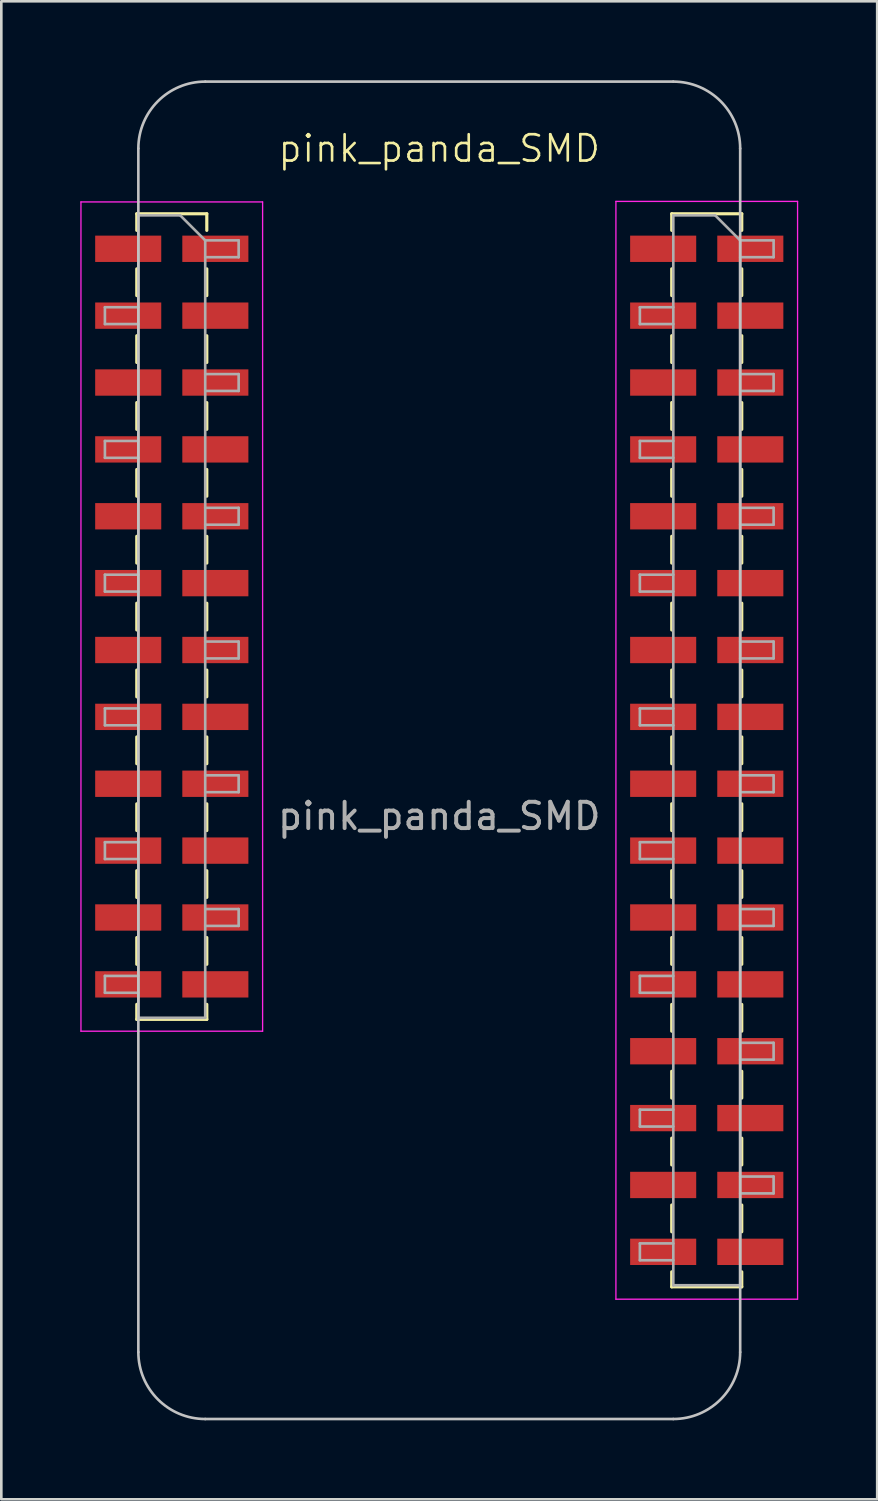
<source format=kicad_pcb>
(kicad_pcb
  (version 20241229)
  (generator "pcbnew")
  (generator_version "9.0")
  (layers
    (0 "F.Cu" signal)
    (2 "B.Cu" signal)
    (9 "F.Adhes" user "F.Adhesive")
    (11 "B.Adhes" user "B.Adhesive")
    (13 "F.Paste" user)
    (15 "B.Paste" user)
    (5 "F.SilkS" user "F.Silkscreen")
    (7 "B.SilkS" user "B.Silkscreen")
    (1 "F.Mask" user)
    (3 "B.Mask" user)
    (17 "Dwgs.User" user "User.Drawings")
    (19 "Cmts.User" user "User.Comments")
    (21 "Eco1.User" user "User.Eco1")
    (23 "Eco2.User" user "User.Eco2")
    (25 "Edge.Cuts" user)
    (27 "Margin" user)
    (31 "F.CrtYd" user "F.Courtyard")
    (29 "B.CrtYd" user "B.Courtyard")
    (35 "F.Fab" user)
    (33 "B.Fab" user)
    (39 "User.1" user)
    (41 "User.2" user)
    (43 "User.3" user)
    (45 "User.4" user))
  (footprint "pink_panda_SMD"
    (layer "F.Cu")
    (at 13.635 25.45)
    (property "Reference" "pink_panda_SMD" (at 0 -22.86 0) (unlocked yes) (layer "F.SilkS") (effects (font (size 1 1) (thickness 0.1))))
    (attr smd)
    (fp_line (start -11.49 -20.38) (end -11.49 -19.75) (stroke (width 0.12) (type solid)) (layer "F.SilkS"))
    (fp_line (start -11.49 -20.38) (end -8.83 -20.38) (stroke (width 0.12) (type solid)) (layer "F.SilkS"))
    (fp_line (start -11.49 -18.288) (end -11.49 -17.272) (stroke (width 0.12) (type solid)) (layer "F.SilkS"))
    (fp_line (start -11.49 -15.748) (end -11.49 -14.732) (stroke (width 0.12) (type solid)) (layer "F.SilkS"))
    (fp_line (start -11.49 -13.208) (end -11.49 -12.192) (stroke (width 0.12) (type solid)) (layer "F.SilkS"))
    (fp_line (start -11.49 -10.668) (end -11.49 -9.652) (stroke (width 0.12) (type solid)) (layer "F.SilkS"))
    (fp_line (start -11.49 -8.128) (end -11.49 -7.112) (stroke (width 0.12) (type solid)) (layer "F.SilkS"))
    (fp_line (start -11.49 -5.588) (end -11.49 -4.572) (stroke (width 0.12) (type solid)) (layer "F.SilkS"))
    (fp_line (start -11.49 -3.048) (end -11.49 -2.032) (stroke (width 0.12) (type solid)) (layer "F.SilkS"))
    (fp_line (start -11.49 -0.508) (end -11.49 0.508) (stroke (width 0.12) (type solid)) (layer "F.SilkS"))
    (fp_line (start -11.49 2.032) (end -11.49 3.048) (stroke (width 0.12) (type solid)) (layer "F.SilkS"))
    (fp_line (start -11.49 4.572) (end -11.49 5.588) (stroke (width 0.12) (type solid)) (layer "F.SilkS"))
    (fp_line (start -11.49 7.112) (end -11.49 8.128) (stroke (width 0.12) (type solid)) (layer "F.SilkS"))
    (fp_line (start -11.49 9.65) (end -11.49 10.22) (stroke (width 0.12) (type solid)) (layer "F.SilkS"))
    (fp_line (start -11.49 10.22) (end -8.83 10.22) (stroke (width 0.12) (type solid)) (layer "F.SilkS"))
    (fp_line (start -8.83 -20.38) (end -8.83 -19.75) (stroke (width 0.12) (type solid)) (layer "F.SilkS"))
    (fp_line (start -8.83 -18.288) (end -8.83 -17.272) (stroke (width 0.12) (type solid)) (layer "F.SilkS"))
    (fp_line (start -8.83 -15.748) (end -8.83 -14.732) (stroke (width 0.12) (type solid)) (layer "F.SilkS"))
    (fp_line (start -8.83 -13.208) (end -8.83 -12.192) (stroke (width 0.12) (type solid)) (layer "F.SilkS"))
    (fp_line (start -8.83 -10.668) (end -8.83 -9.652) (stroke (width 0.12) (type solid)) (layer "F.SilkS"))
    (fp_line (start -8.83 -8.128) (end -8.83 -7.112) (stroke (width 0.12) (type solid)) (layer "F.SilkS"))
    (fp_line (start -8.83 -5.588) (end -8.83 -4.572) (stroke (width 0.12) (type solid)) (layer "F.SilkS"))
    (fp_line (start -8.83 -3.048) (end -8.83 -2.032) (stroke (width 0.12) (type solid)) (layer "F.SilkS"))
    (fp_line (start -8.83 -0.508) (end -8.83 0.508) (stroke (width 0.12) (type solid)) (layer "F.SilkS"))
    (fp_line (start -8.83 2.032) (end -8.83 3.048) (stroke (width 0.12) (type solid)) (layer "F.SilkS"))
    (fp_line (start -8.83 4.572) (end -8.83 5.588) (stroke (width 0.12) (type solid)) (layer "F.SilkS"))
    (fp_line (start -8.83 7.112) (end -8.83 8.128) (stroke (width 0.12) (type solid)) (layer "F.SilkS"))
    (fp_line (start -8.83 9.65) (end -8.83 10.22) (stroke (width 0.12) (type solid)) (layer "F.SilkS"))
    (fp_line (start 8.83 -20.38) (end 8.83 -19.75) (stroke (width 0.12) (type solid)) (layer "F.SilkS"))
    (fp_line (start 8.83 -20.38) (end 11.49 -20.38) (stroke (width 0.12) (type solid)) (layer "F.SilkS"))
    (fp_line (start 8.83 -18.288) (end 8.83 -17.272) (stroke (width 0.12) (type solid)) (layer "F.SilkS"))
    (fp_line (start 8.83 -15.748) (end 8.83 -14.732) (stroke (width 0.12) (type solid)) (layer "F.SilkS"))
    (fp_line (start 8.83 -13.208) (end 8.83 -12.192) (stroke (width 0.12) (type solid)) (layer "F.SilkS"))
    (fp_line (start 8.83 -10.668) (end 8.83 -9.652) (stroke (width 0.12) (type solid)) (layer "F.SilkS"))
    (fp_line (start 8.83 -8.128) (end 8.83 -7.112) (stroke (width 0.12) (type solid)) (layer "F.SilkS"))
    (fp_line (start 8.83 -5.588) (end 8.83 -4.572) (stroke (width 0.12) (type solid)) (layer "F.SilkS"))
    (fp_line (start 8.83 -3.048) (end 8.83 -2.032) (stroke (width 0.12) (type solid)) (layer "F.SilkS"))
    (fp_line (start 8.83 -0.508) (end 8.83 0.508) (stroke (width 0.12) (type solid)) (layer "F.SilkS"))
    (fp_line (start 8.83 2.032) (end 8.83 3.048) (stroke (width 0.12) (type solid)) (layer "F.SilkS"))
    (fp_line (start 8.83 4.572) (end 8.83 5.588) (stroke (width 0.12) (type solid)) (layer "F.SilkS"))
    (fp_line (start 8.83 7.112) (end 8.83 8.128) (stroke (width 0.12) (type solid)) (layer "F.SilkS"))
    (fp_line (start 8.83 9.652) (end 8.83 10.668) (stroke (width 0.12) (type solid)) (layer "F.SilkS"))
    (fp_line (start 8.83 12.192) (end 8.83 13.208) (stroke (width 0.12) (type solid)) (layer "F.SilkS"))
    (fp_line (start 8.83 14.732) (end 8.83 15.748) (stroke (width 0.12) (type solid)) (layer "F.SilkS"))
    (fp_line (start 8.83 17.272) (end 8.83 18.288) (stroke (width 0.12) (type solid)) (layer "F.SilkS"))
    (fp_line (start 8.83 19.81) (end 8.83 20.38) (stroke (width 0.12) (type solid)) (layer "F.SilkS"))
    (fp_line (start 8.83 20.38) (end 11.49 20.38) (stroke (width 0.12) (type solid)) (layer "F.SilkS"))
    (fp_line (start 11.49 -20.38) (end 11.49 -19.75) (stroke (width 0.12) (type solid)) (layer "F.SilkS"))
    (fp_line (start 11.49 -18.288) (end 11.49 -17.272) (stroke (width 0.12) (type solid)) (layer "F.SilkS"))
    (fp_line (start 11.49 -15.748) (end 11.49 -14.732) (stroke (width 0.12) (type solid)) (layer "F.SilkS"))
    (fp_line (start 11.49 -13.208) (end 11.49 -12.192) (stroke (width 0.12) (type solid)) (layer "F.SilkS"))
    (fp_line (start 11.49 -10.668) (end 11.49 -9.652) (stroke (width 0.12) (type solid)) (layer "F.SilkS"))
    (fp_line (start 11.49 -8.128) (end 11.49 -7.112) (stroke (width 0.12) (type solid)) (layer "F.SilkS"))
    (fp_line (start 11.49 -5.588) (end 11.49 -4.572) (stroke (width 0.12) (type solid)) (layer "F.SilkS"))
    (fp_line (start 11.49 -3.048) (end 11.49 -2.032) (stroke (width 0.12) (type solid)) (layer "F.SilkS"))
    (fp_line (start 11.49 -0.508) (end 11.49 0.508) (stroke (width 0.12) (type solid)) (layer "F.SilkS"))
    (fp_line (start 11.49 2.032) (end 11.49 3.048) (stroke (width 0.12) (type solid)) (layer "F.SilkS"))
    (fp_line (start 11.49 4.572) (end 11.49 5.588) (stroke (width 0.12) (type solid)) (layer "F.SilkS"))
    (fp_line (start 11.49 7.112) (end 11.49 8.128) (stroke (width 0.12) (type solid)) (layer "F.SilkS"))
    (fp_line (start 11.49 9.652) (end 11.49 10.668) (stroke (width 0.12) (type solid)) (layer "F.SilkS"))
    (fp_line (start 11.49 12.192) (end 11.49 13.208) (stroke (width 0.12) (type solid)) (layer "F.SilkS"))
    (fp_line (start 11.49 14.732) (end 11.49 15.748) (stroke (width 0.12) (type solid)) (layer "F.SilkS"))
    (fp_line (start 11.49 17.272) (end 11.49 18.288) (stroke (width 0.12) (type solid)) (layer "F.SilkS"))
    (fp_line (start 11.49 19.81) (end 11.49 20.38) (stroke (width 0.12) (type solid)) (layer "F.SilkS"))
    (fp_line (start -11.43 22.86) (end -11.43 -22.86) (stroke (width 0.1) (type solid)) (layer "Dwgs.User"))
    (fp_line (start -8.89 -25.4) (end 8.89 -25.4) (stroke (width 0.1) (type solid)) (layer "Dwgs.User"))
    (fp_line (start 8.89 25.4) (end -8.89 25.4) (stroke (width 0.1) (type solid)) (layer "Dwgs.User"))
    (fp_line (start 11.43 -22.86) (end 11.43 22.86) (stroke (width 0.1) (type solid)) (layer "Dwgs.User"))
    (fp_arc (start -11.43 -22.86) (mid -10.686051 -24.65605) (end -8.89 -25.4) (stroke (width 0.1) (type solid)) (layer "Dwgs.User"))
    (fp_arc (start -8.89 25.4) (mid -10.686051 24.656051) (end -11.43 22.86) (stroke (width 0.1) (type solid)) (layer "Dwgs.User"))
    (fp_arc (start 8.89 -25.4) (mid 10.686051 -24.656051) (end 11.43 -22.86) (stroke (width 0.1) (type solid)) (layer "Dwgs.User"))
    (fp_arc (start 11.43 22.86) (mid 10.686051 24.656051) (end 8.89 25.4) (stroke (width 0.1) (type solid)) (layer "Dwgs.User"))
    (fp_line (start -13.61 -20.83) (end -13.61 10.67) (stroke (width 0.05) (type solid)) (layer "F.CrtYd"))
    (fp_line (start -13.61 10.67) (end -6.71 10.67) (stroke (width 0.05) (type solid)) (layer "F.CrtYd"))
    (fp_line (start -6.71 -20.83) (end -13.61 -20.83) (stroke (width 0.05) (type solid)) (layer "F.CrtYd"))
    (fp_line (start -6.71 10.67) (end -6.71 -20.83) (stroke (width 0.05) (type solid)) (layer "F.CrtYd"))
    (fp_line (start 6.71 -20.85) (end 6.71 20.85) (stroke (width 0.05) (type solid)) (layer "F.CrtYd"))
    (fp_line (start 6.71 20.85) (end 13.61 20.85) (stroke (width 0.05) (type solid)) (layer "F.CrtYd"))
    (fp_line (start 13.61 -20.85) (end 6.71 -20.85) (stroke (width 0.05) (type solid)) (layer "F.CrtYd"))
    (fp_line (start 13.61 20.85) (end 13.61 -20.85) (stroke (width 0.05) (type solid)) (layer "F.CrtYd"))
    (fp_line (start -12.7 -16.83) (end -12.7 -16.19) (stroke (width 0.1) (type solid)) (layer "F.Fab"))
    (fp_line (start -12.7 -16.19) (end -11.43 -16.19) (stroke (width 0.1) (type solid)) (layer "F.Fab"))
    (fp_line (start -12.7 -11.75) (end -12.7 -11.11) (stroke (width 0.1) (type solid)) (layer "F.Fab"))
    (fp_line (start -12.7 -11.11) (end -11.43 -11.11) (stroke (width 0.1) (type solid)) (layer "F.Fab"))
    (fp_line (start -12.7 -6.67) (end -12.7 -6.03) (stroke (width 0.1) (type solid)) (layer "F.Fab"))
    (fp_line (start -12.7 -6.03) (end -11.43 -6.03) (stroke (width 0.1) (type solid)) (layer "F.Fab"))
    (fp_line (start -12.7 -1.59) (end -12.7 -0.95) (stroke (width 0.1) (type solid)) (layer "F.Fab"))
    (fp_line (start -12.7 -0.95) (end -11.43 -0.95) (stroke (width 0.1) (type solid)) (layer "F.Fab"))
    (fp_line (start -12.7 3.49) (end -12.7 4.13) (stroke (width 0.1) (type solid)) (layer "F.Fab"))
    (fp_line (start -12.7 4.13) (end -11.43 4.13) (stroke (width 0.1) (type solid)) (layer "F.Fab"))
    (fp_line (start -12.7 8.57) (end -12.7 9.21) (stroke (width 0.1) (type solid)) (layer "F.Fab"))
    (fp_line (start -12.7 9.21) (end -11.43 9.21) (stroke (width 0.1) (type solid)) (layer "F.Fab"))
    (fp_line (start -11.43 -20.32) (end -11.43 10.16) (stroke (width 0.1) (type solid)) (layer "F.Fab"))
    (fp_line (start -11.43 -20.32) (end -9.84 -20.32) (stroke (width 0.1) (type solid)) (layer "F.Fab"))
    (fp_line (start -11.43 -16.83) (end -12.7 -16.83) (stroke (width 0.1) (type solid)) (layer "F.Fab"))
    (fp_line (start -11.43 -11.75) (end -12.7 -11.75) (stroke (width 0.1) (type solid)) (layer "F.Fab"))
    (fp_line (start -11.43 -6.67) (end -12.7 -6.67) (stroke (width 0.1) (type solid)) (layer "F.Fab"))
    (fp_line (start -11.43 -1.59) (end -12.7 -1.59) (stroke (width 0.1) (type solid)) (layer "F.Fab"))
    (fp_line (start -11.43 3.49) (end -12.7 3.49) (stroke (width 0.1) (type solid)) (layer "F.Fab"))
    (fp_line (start -11.43 8.57) (end -12.7 8.57) (stroke (width 0.1) (type solid)) (layer "F.Fab"))
    (fp_line (start -8.89 -19.37) (end -9.84 -20.32) (stroke (width 0.1) (type solid)) (layer "F.Fab"))
    (fp_line (start -8.89 -19.37) (end -7.62 -19.37) (stroke (width 0.1) (type solid)) (layer "F.Fab"))
    (fp_line (start -8.89 -14.29) (end -7.62 -14.29) (stroke (width 0.1) (type solid)) (layer "F.Fab"))
    (fp_line (start -8.89 -9.21) (end -7.62 -9.21) (stroke (width 0.1) (type solid)) (layer "F.Fab"))
    (fp_line (start -8.89 -4.13) (end -7.62 -4.13) (stroke (width 0.1) (type solid)) (layer "F.Fab"))
    (fp_line (start -8.89 0.95) (end -7.62 0.95) (stroke (width 0.1) (type solid)) (layer "F.Fab"))
    (fp_line (start -8.89 6.03) (end -7.62 6.03) (stroke (width 0.1) (type solid)) (layer "F.Fab"))
    (fp_line (start -8.89 10.16) (end -11.43 10.16) (stroke (width 0.1) (type solid)) (layer "F.Fab"))
    (fp_line (start -8.89 10.16) (end -8.89 -19.37) (stroke (width 0.1) (type solid)) (layer "F.Fab"))
    (fp_line (start -7.62 -19.37) (end -7.62 -18.73) (stroke (width 0.1) (type solid)) (layer "F.Fab"))
    (fp_line (start -7.62 -18.73) (end -8.89 -18.73) (stroke (width 0.1) (type solid)) (layer "F.Fab"))
    (fp_line (start -7.62 -14.29) (end -7.62 -13.65) (stroke (width 0.1) (type solid)) (layer "F.Fab"))
    (fp_line (start -7.62 -13.65) (end -8.89 -13.65) (stroke (width 0.1) (type solid)) (layer "F.Fab"))
    (fp_line (start -7.62 -9.21) (end -7.62 -8.57) (stroke (width 0.1) (type solid)) (layer "F.Fab"))
    (fp_line (start -7.62 -8.57) (end -8.89 -8.57) (stroke (width 0.1) (type solid)) (layer "F.Fab"))
    (fp_line (start -7.62 -4.13) (end -7.62 -3.49) (stroke (width 0.1) (type solid)) (layer "F.Fab"))
    (fp_line (start -7.62 -3.49) (end -8.89 -3.49) (stroke (width 0.1) (type solid)) (layer "F.Fab"))
    (fp_line (start -7.62 0.95) (end -7.62 1.59) (stroke (width 0.1) (type solid)) (layer "F.Fab"))
    (fp_line (start -7.62 1.59) (end -8.89 1.59) (stroke (width 0.1) (type solid)) (layer "F.Fab"))
    (fp_line (start -7.62 6.03) (end -7.62 6.67) (stroke (width 0.1) (type solid)) (layer "F.Fab"))
    (fp_line (start -7.62 6.67) (end -8.89 6.67) (stroke (width 0.1) (type solid)) (layer "F.Fab"))
    (fp_line (start 7.62 -16.83) (end 7.62 -16.19) (stroke (width 0.1) (type solid)) (layer "F.Fab"))
    (fp_line (start 7.62 -16.19) (end 8.89 -16.19) (stroke (width 0.1) (type solid)) (layer "F.Fab"))
    (fp_line (start 7.62 -11.75) (end 7.62 -11.11) (stroke (width 0.1) (type solid)) (layer "F.Fab"))
    (fp_line (start 7.62 -11.11) (end 8.89 -11.11) (stroke (width 0.1) (type solid)) (layer "F.Fab"))
    (fp_line (start 7.62 -6.67) (end 7.62 -6.03) (stroke (width 0.1) (type solid)) (layer "F.Fab"))
    (fp_line (start 7.62 -6.03) (end 8.89 -6.03) (stroke (width 0.1) (type solid)) (layer "F.Fab"))
    (fp_line (start 7.62 -1.59) (end 7.62 -0.95) (stroke (width 0.1) (type solid)) (layer "F.Fab"))
    (fp_line (start 7.62 -0.95) (end 8.89 -0.95) (stroke (width 0.1) (type solid)) (layer "F.Fab"))
    (fp_line (start 7.62 3.49) (end 7.62 4.13) (stroke (width 0.1) (type solid)) (layer "F.Fab"))
    (fp_line (start 7.62 4.13) (end 8.89 4.13) (stroke (width 0.1) (type solid)) (layer "F.Fab"))
    (fp_line (start 7.62 8.57) (end 7.62 9.21) (stroke (width 0.1) (type solid)) (layer "F.Fab"))
    (fp_line (start 7.62 9.21) (end 8.89 9.21) (stroke (width 0.1) (type solid)) (layer "F.Fab"))
    (fp_line (start 7.62 13.65) (end 7.62 14.29) (stroke (width 0.1) (type solid)) (layer "F.Fab"))
    (fp_line (start 7.62 14.29) (end 8.89 14.29) (stroke (width 0.1) (type solid)) (layer "F.Fab"))
    (fp_line (start 7.62 18.73) (end 7.62 19.37) (stroke (width 0.1) (type solid)) (layer "F.Fab"))
    (fp_line (start 7.62 19.37) (end 8.89 19.37) (stroke (width 0.1) (type solid)) (layer "F.Fab"))
    (fp_line (start 8.89 -20.32) (end 8.89 20.32) (stroke (width 0.1) (type solid)) (layer "F.Fab"))
    (fp_line (start 8.89 -20.32) (end 10.48 -20.32) (stroke (width 0.1) (type solid)) (layer "F.Fab"))
    (fp_line (start 8.89 -16.83) (end 7.62 -16.83) (stroke (width 0.1) (type solid)) (layer "F.Fab"))
    (fp_line (start 8.89 -11.75) (end 7.62 -11.75) (stroke (width 0.1) (type solid)) (layer "F.Fab"))
    (fp_line (start 8.89 -6.67) (end 7.62 -6.67) (stroke (width 0.1) (type solid)) (layer "F.Fab"))
    (fp_line (start 8.89 -1.59) (end 7.62 -1.59) (stroke (width 0.1) (type solid)) (layer "F.Fab"))
    (fp_line (start 8.89 3.49) (end 7.62 3.49) (stroke (width 0.1) (type solid)) (layer "F.Fab"))
    (fp_line (start 8.89 8.57) (end 7.62 8.57) (stroke (width 0.1) (type solid)) (layer "F.Fab"))
    (fp_line (start 8.89 13.65) (end 7.62 13.65) (stroke (width 0.1) (type solid)) (layer "F.Fab"))
    (fp_line (start 8.89 18.73) (end 7.62 18.73) (stroke (width 0.1) (type solid)) (layer "F.Fab"))
    (fp_line (start 11.43 -19.37) (end 10.48 -20.32) (stroke (width 0.1) (type solid)) (layer "F.Fab"))
    (fp_line (start 11.43 -19.37) (end 12.7 -19.37) (stroke (width 0.1) (type solid)) (layer "F.Fab"))
    (fp_line (start 11.43 -14.29) (end 12.7 -14.29) (stroke (width 0.1) (type solid)) (layer "F.Fab"))
    (fp_line (start 11.43 -9.21) (end 12.7 -9.21) (stroke (width 0.1) (type solid)) (layer "F.Fab"))
    (fp_line (start 11.43 -4.13) (end 12.7 -4.13) (stroke (width 0.1) (type solid)) (layer "F.Fab"))
    (fp_line (start 11.43 0.95) (end 12.7 0.95) (stroke (width 0.1) (type solid)) (layer "F.Fab"))
    (fp_line (start 11.43 6.03) (end 12.7 6.03) (stroke (width 0.1) (type solid)) (layer "F.Fab"))
    (fp_line (start 11.43 11.11) (end 12.7 11.11) (stroke (width 0.1) (type solid)) (layer "F.Fab"))
    (fp_line (start 11.43 16.19) (end 12.7 16.19) (stroke (width 0.1) (type solid)) (layer "F.Fab"))
    (fp_line (start 11.43 20.32) (end 8.89 20.32) (stroke (width 0.1) (type solid)) (layer "F.Fab"))
    (fp_line (start 11.43 20.32) (end 11.43 -19.37) (stroke (width 0.1) (type solid)) (layer "F.Fab"))
    (fp_line (start 12.7 -19.37) (end 12.7 -18.73) (stroke (width 0.1) (type solid)) (layer "F.Fab"))
    (fp_line (start 12.7 -18.73) (end 11.43 -18.73) (stroke (width 0.1) (type solid)) (layer "F.Fab"))
    (fp_line (start 12.7 -14.29) (end 12.7 -13.65) (stroke (width 0.1) (type solid)) (layer "F.Fab"))
    (fp_line (start 12.7 -13.65) (end 11.43 -13.65) (stroke (width 0.1) (type solid)) (layer "F.Fab"))
    (fp_line (start 12.7 -9.21) (end 12.7 -8.57) (stroke (width 0.1) (type solid)) (layer "F.Fab"))
    (fp_line (start 12.7 -8.57) (end 11.43 -8.57) (stroke (width 0.1) (type solid)) (layer "F.Fab"))
    (fp_line (start 12.7 -4.13) (end 12.7 -3.49) (stroke (width 0.1) (type solid)) (layer "F.Fab"))
    (fp_line (start 12.7 -3.49) (end 11.43 -3.49) (stroke (width 0.1) (type solid)) (layer "F.Fab"))
    (fp_line (start 12.7 0.95) (end 12.7 1.59) (stroke (width 0.1) (type solid)) (layer "F.Fab"))
    (fp_line (start 12.7 1.59) (end 11.43 1.59) (stroke (width 0.1) (type solid)) (layer "F.Fab"))
    (fp_line (start 12.7 6.03) (end 12.7 6.67) (stroke (width 0.1) (type solid)) (layer "F.Fab"))
    (fp_line (start 12.7 6.67) (end 11.43 6.67) (stroke (width 0.1) (type solid)) (layer "F.Fab"))
    (fp_line (start 12.7 11.11) (end 12.7 11.75) (stroke (width 0.1) (type solid)) (layer "F.Fab"))
    (fp_line (start 12.7 11.75) (end 11.43 11.75) (stroke (width 0.1) (type solid)) (layer "F.Fab"))
    (fp_line (start 12.7 16.19) (end 12.7 16.83) (stroke (width 0.1) (type solid)) (layer "F.Fab"))
    (fp_line (start 12.7 16.83) (end 11.43 16.83) (stroke (width 0.1) (type solid)) (layer "F.Fab"))
    (fp_text user "${REFERENCE}" (at 0 2.5 0) (unlocked yes) (layer "F.Fab") (effects (font (size 1 1) (thickness 0.15))))
    (pad "1" smd rect (at -11.815 -19.05) (size 2.51 1) (layers "F.Cu" "F.Mask" "F.Paste"))
    (pad "1" smd rect (at -8.505 -19.05) (size 2.51 1) (layers "F.Cu" "F.Mask" "F.Paste"))
    (pad "2" smd rect (at -11.815 -16.51) (size 2.51 1) (layers "F.Cu" "F.Mask" "F.Paste"))
    (pad "2" smd rect (at -8.505 -16.51) (size 2.51 1) (layers "F.Cu" "F.Mask" "F.Paste"))
    (pad "3" smd rect (at -11.815 -13.97) (size 2.51 1) (layers "F.Cu" "F.Mask" "F.Paste"))
    (pad "3" smd rect (at -8.505 -13.97) (size 2.51 1) (layers "F.Cu" "F.Mask" "F.Paste"))
    (pad "4" smd rect (at -11.815 -11.43) (size 2.51 1) (layers "F.Cu" "F.Mask" "F.Paste"))
    (pad "4" smd rect (at -8.505 -11.43) (size 2.51 1) (layers "F.Cu" "F.Mask" "F.Paste"))
    (pad "5" smd rect (at -11.815 -8.89) (size 2.51 1) (layers "F.Cu" "F.Mask" "F.Paste"))
    (pad "5" smd rect (at -8.505 -8.89) (size 2.51 1) (layers "F.Cu" "F.Mask" "F.Paste"))
    (pad "6" smd rect (at -11.815 -6.35) (size 2.51 1) (layers "F.Cu" "F.Mask" "F.Paste"))
    (pad "6" smd rect (at -8.505 -6.35) (size 2.51 1) (layers "F.Cu" "F.Mask" "F.Paste"))
    (pad "7" smd rect (at -11.815 -3.81) (size 2.51 1) (layers "F.Cu" "F.Mask" "F.Paste"))
    (pad "7" smd rect (at -8.505 -3.81) (size 2.51 1) (layers "F.Cu" "F.Mask" "F.Paste"))
    (pad "8" smd rect (at -11.815 -1.27) (size 2.51 1) (layers "F.Cu" "F.Mask" "F.Paste"))
    (pad "8" smd rect (at -8.505 -1.27) (size 2.51 1) (layers "F.Cu" "F.Mask" "F.Paste"))
    (pad "9" smd rect (at -11.815 1.27) (size 2.51 1) (layers "F.Cu" "F.Mask" "F.Paste"))
    (pad "9" smd rect (at -8.505 1.27) (size 2.51 1) (layers "F.Cu" "F.Mask" "F.Paste"))
    (pad "10" smd rect (at -11.815 3.81) (size 2.51 1) (layers "F.Cu" "F.Mask" "F.Paste"))
    (pad "10" smd rect (at -8.505 3.81) (size 2.51 1) (layers "F.Cu" "F.Mask" "F.Paste"))
    (pad "11" smd rect (at -11.815 6.35) (size 2.51 1) (layers "F.Cu" "F.Mask" "F.Paste"))
    (pad "11" smd rect (at -8.505 6.35) (size 2.51 1) (layers "F.Cu" "F.Mask" "F.Paste"))
    (pad "12" smd rect (at -11.815 8.89) (size 2.51 1) (layers "F.Cu" "F.Mask" "F.Paste"))
    (pad "12" smd rect (at -8.505 8.89) (size 2.51 1) (layers "F.Cu" "F.Mask" "F.Paste"))
    (pad "13" smd rect (at 8.505 -19.05) (size 2.51 1) (layers "F.Cu" "F.Mask" "F.Paste"))
    (pad "13" smd rect (at 11.815 -19.05) (size 2.51 1) (layers "F.Cu" "F.Mask" "F.Paste"))
    (pad "14" smd rect (at 8.505 -16.51) (size 2.51 1) (layers "F.Cu" "F.Mask" "F.Paste"))
    (pad "14" smd rect (at 11.815 -16.51) (size 2.51 1) (layers "F.Cu" "F.Mask" "F.Paste"))
    (pad "15" smd rect (at 8.505 -13.97) (size 2.51 1) (layers "F.Cu" "F.Mask" "F.Paste"))
    (pad "15" smd rect (at 11.815 -13.97) (size 2.51 1) (layers "F.Cu" "F.Mask" "F.Paste"))
    (pad "16" smd rect (at 8.505 -11.43) (size 2.51 1) (layers "F.Cu" "F.Mask" "F.Paste"))
    (pad "16" smd rect (at 11.815 -11.43) (size 2.51 1) (layers "F.Cu" "F.Mask" "F.Paste"))
    (pad "17" smd rect (at 8.505 -8.89) (size 2.51 1) (layers "F.Cu" "F.Mask" "F.Paste"))
    (pad "17" smd rect (at 11.815 -8.89) (size 2.51 1) (layers "F.Cu" "F.Mask" "F.Paste"))
    (pad "18" smd rect (at 8.505 -6.35) (size 2.51 1) (layers "F.Cu" "F.Mask" "F.Paste"))
    (pad "18" smd rect (at 11.815 -6.35) (size 2.51 1) (layers "F.Cu" "F.Mask" "F.Paste"))
    (pad "19" smd rect (at 8.505 -3.81) (size 2.51 1) (layers "F.Cu" "F.Mask" "F.Paste"))
    (pad "19" smd rect (at 11.815 -3.81) (size 2.51 1) (layers "F.Cu" "F.Mask" "F.Paste"))
    (pad "20" smd rect (at 8.505 -1.27) (size 2.51 1) (layers "F.Cu" "F.Mask" "F.Paste"))
    (pad "20" smd rect (at 11.815 -1.27) (size 2.51 1) (layers "F.Cu" "F.Mask" "F.Paste"))
    (pad "21" smd rect (at 8.505 1.27) (size 2.51 1) (layers "F.Cu" "F.Mask" "F.Paste"))
    (pad "21" smd rect (at 11.815 1.27) (size 2.51 1) (layers "F.Cu" "F.Mask" "F.Paste"))
    (pad "22" smd rect (at 8.505 3.81) (size 2.51 1) (layers "F.Cu" "F.Mask" "F.Paste"))
    (pad "22" smd rect (at 11.815 3.81) (size 2.51 1) (layers "F.Cu" "F.Mask" "F.Paste"))
    (pad "23" smd rect (at 8.505 6.35) (size 2.51 1) (layers "F.Cu" "F.Mask" "F.Paste"))
    (pad "23" smd rect (at 11.815 6.35) (size 2.51 1) (layers "F.Cu" "F.Mask" "F.Paste"))
    (pad "24" smd rect (at 8.505 8.89) (size 2.51 1) (layers "F.Cu" "F.Mask" "F.Paste"))
    (pad "24" smd rect (at 11.815 8.89) (size 2.51 1) (layers "F.Cu" "F.Mask" "F.Paste"))
    (pad "25" smd rect (at 8.505 11.43) (size 2.51 1) (layers "F.Cu" "F.Mask" "F.Paste"))
    (pad "25" smd rect (at 11.815 11.43) (size 2.51 1) (layers "F.Cu" "F.Mask" "F.Paste"))
    (pad "26" smd rect (at 8.505 13.97) (size 2.51 1) (layers "F.Cu" "F.Mask" "F.Paste"))
    (pad "26" smd rect (at 11.815 13.97) (size 2.51 1) (layers "F.Cu" "F.Mask" "F.Paste"))
    (pad "27" smd rect (at 8.505 16.51) (size 2.51 1) (layers "F.Cu" "F.Mask" "F.Paste"))
    (pad "27" smd rect (at 11.815 16.51) (size 2.51 1) (layers "F.Cu" "F.Mask" "F.Paste"))
    (pad "28" smd rect (at 8.505 19.05) (size 2.51 1) (layers "F.Cu" "F.Mask" "F.Paste"))
    (pad "28" smd rect (at 11.815 19.05) (size 2.51 1) (layers "F.Cu" "F.Mask" "F.Paste")))
  (gr_rect
    (start -3 -3)
    (end 30.27 53.9)
    (stroke (width 0.1) (type default))
    (fill no)
    (layer "Edge.Cuts")))
</source>
